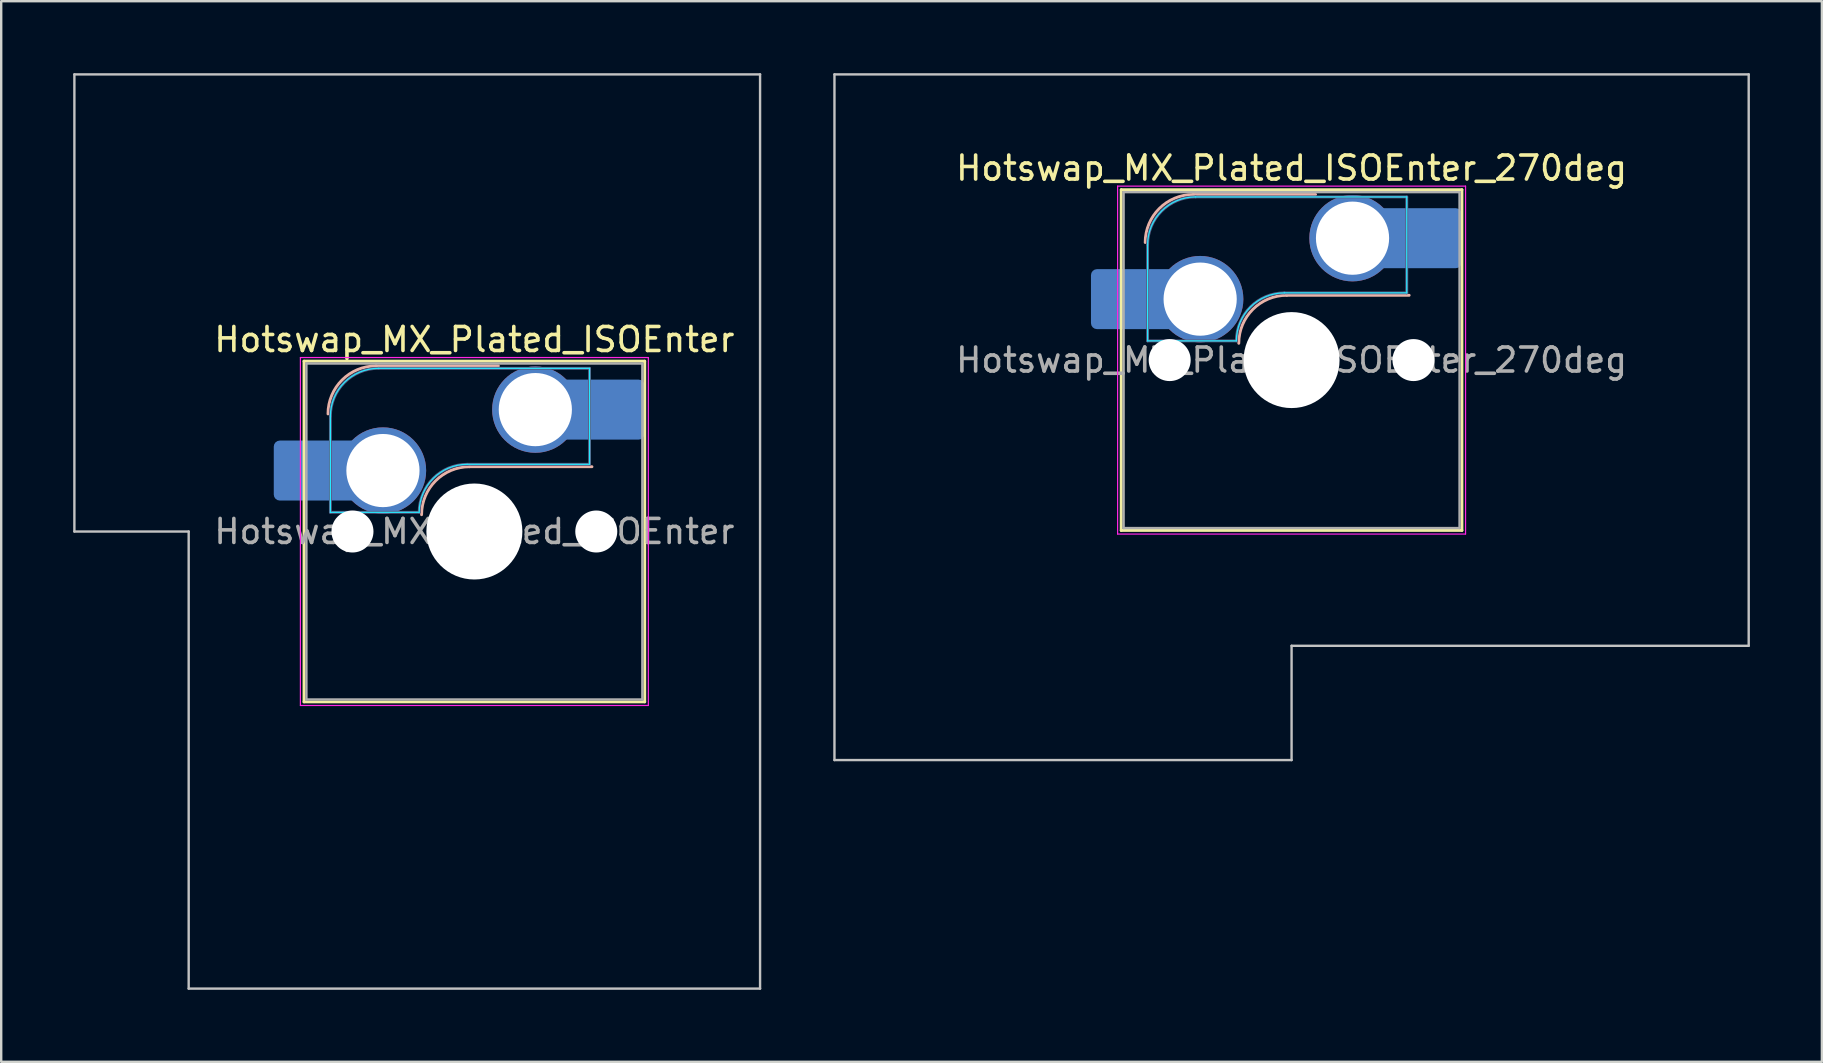
<source format=kicad_pcb>
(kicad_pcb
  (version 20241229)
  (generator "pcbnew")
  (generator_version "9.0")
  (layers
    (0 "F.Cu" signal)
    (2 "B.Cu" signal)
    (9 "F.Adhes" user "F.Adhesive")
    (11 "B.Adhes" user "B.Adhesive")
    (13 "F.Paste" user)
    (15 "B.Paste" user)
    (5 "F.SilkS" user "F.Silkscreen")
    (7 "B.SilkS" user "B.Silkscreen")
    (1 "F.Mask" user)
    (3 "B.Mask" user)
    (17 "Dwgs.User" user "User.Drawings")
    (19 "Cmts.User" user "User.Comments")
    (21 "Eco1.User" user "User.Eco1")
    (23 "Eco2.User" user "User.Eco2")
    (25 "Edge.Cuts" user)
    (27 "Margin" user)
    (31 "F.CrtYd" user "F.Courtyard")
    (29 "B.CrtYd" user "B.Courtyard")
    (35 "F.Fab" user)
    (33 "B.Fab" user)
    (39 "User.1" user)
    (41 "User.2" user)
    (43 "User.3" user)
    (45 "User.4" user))
  (footprint "Hotswap_MX_Plated_ISOEnter_270deg"
    (layer "F.Cu")
    (at 50.775 11.956)
    (property "Reference" "Hotswap_MX_Plated_ISOEnter_270deg" (at 0 -8 0) (layer "F.SilkS") (effects (font (size 1 1) (thickness 0.15))))
    (attr smd allow_soldermask_bridges)
    (fp_line (start -7.1 -7.1) (end -7.1 7.1) (stroke (width 0.12) (type solid)) (layer "F.SilkS"))
    (fp_line (start -7.1 7.1) (end 7.1 7.1) (stroke (width 0.12) (type solid)) (layer "F.SilkS"))
    (fp_line (start 7.1 -7.1) (end -7.1 -7.1) (stroke (width 0.12) (type solid)) (layer "F.SilkS"))
    (fp_line (start 7.1 7.1) (end 7.1 -7.1) (stroke (width 0.12) (type solid)) (layer "F.SilkS"))
    (fp_line (start -4.1 -6.9) (end 1 -6.9) (stroke (width 0.12) (type solid)) (layer "B.SilkS"))
    (fp_line (start -0.2 -2.7) (end 4.9 -2.7) (stroke (width 0.12) (type solid)) (layer "B.SilkS"))
    (fp_arc (start -6.1 -4.9) (mid -5.514214 -6.314214) (end -4.1 -6.9) (stroke (width 0.12) (type solid)) (layer "B.SilkS"))
    (fp_arc (start -2.2 -0.7) (mid -1.614214 -2.114214) (end -0.2 -2.7) (stroke (width 0.12) (type solid)) (layer "B.SilkS"))
    (fp_line (start -19.05 -11.906) (end -19.05 16.669) (stroke (width 0.1) (type solid)) (layer "Dwgs.User"))
    (fp_line (start -19.05 16.669) (end 0 16.669) (stroke (width 0.1) (type solid)) (layer "Dwgs.User"))
    (fp_line (start 0 11.906) (end 19.05 11.906) (stroke (width 0.1) (type solid)) (layer "Dwgs.User"))
    (fp_line (start 0 16.669) (end 0 11.906) (stroke (width 0.1) (type solid)) (layer "Dwgs.User"))
    (fp_line (start 19.05 -11.906) (end -19.05 -11.906) (stroke (width 0.1) (type solid)) (layer "Dwgs.User"))
    (fp_line (start 19.05 11.906) (end 19.05 -11.906) (stroke (width 0.1) (type solid)) (layer "Dwgs.User"))
    (fp_line (start -7.8 -6) (end -7 -6) (stroke (width 0.1) (type solid)) (layer "Eco1.User"))
    (fp_line (start -7.8 -2.9) (end -7.8 -6) (stroke (width 0.1) (type solid)) (layer "Eco1.User"))
    (fp_line (start -7.8 2.9) (end -7 2.9) (stroke (width 0.1) (type solid)) (layer "Eco1.User"))
    (fp_line (start -7.8 6) (end -7.8 2.9) (stroke (width 0.1) (type solid)) (layer "Eco1.User"))
    (fp_line (start -7 -7) (end 7 -7) (stroke (width 0.1) (type solid)) (layer "Eco1.User"))
    (fp_line (start -7 -6) (end -7 -7) (stroke (width 0.1) (type solid)) (layer "Eco1.User"))
    (fp_line (start -7 -2.9) (end -7.8 -2.9) (stroke (width 0.1) (type solid)) (layer "Eco1.User"))
    (fp_line (start -7 2.9) (end -7 -2.9) (stroke (width 0.1) (type solid)) (layer "Eco1.User"))
    (fp_line (start -7 6) (end -7.8 6) (stroke (width 0.1) (type solid)) (layer "Eco1.User"))
    (fp_line (start -7 7) (end -7 6) (stroke (width 0.1) (type solid)) (layer "Eco1.User"))
    (fp_line (start 7 -7) (end 7 -6) (stroke (width 0.1) (type solid)) (layer "Eco1.User"))
    (fp_line (start 7 -6) (end 7.8 -6) (stroke (width 0.1) (type solid)) (layer "Eco1.User"))
    (fp_line (start 7 -2.9) (end 7 2.9) (stroke (width 0.1) (type solid)) (layer "Eco1.User"))
    (fp_line (start 7 2.9) (end 7.8 2.9) (stroke (width 0.1) (type solid)) (layer "Eco1.User"))
    (fp_line (start 7 6) (end 7 7) (stroke (width 0.1) (type solid)) (layer "Eco1.User"))
    (fp_line (start 7 7) (end -7 7) (stroke (width 0.1) (type solid)) (layer "Eco1.User"))
    (fp_line (start 7.8 -6) (end 7.8 -2.9) (stroke (width 0.1) (type solid)) (layer "Eco1.User"))
    (fp_line (start 7.8 -2.9) (end 7 -2.9) (stroke (width 0.1) (type solid)) (layer "Eco1.User"))
    (fp_line (start 7.8 2.9) (end 7.8 6) (stroke (width 0.1) (type solid)) (layer "Eco1.User"))
    (fp_line (start 7.8 6) (end 7 6) (stroke (width 0.1) (type solid)) (layer "Eco1.User"))
    (fp_line (start -6 -0.8) (end -6 -4.8) (stroke (width 0.05) (type solid)) (layer "B.CrtYd"))
    (fp_line (start -6 -0.8) (end -2.3 -0.8) (stroke (width 0.05) (type solid)) (layer "B.CrtYd"))
    (fp_line (start -4 -6.8) (end 4.8 -6.8) (stroke (width 0.05) (type solid)) (layer "B.CrtYd"))
    (fp_line (start -0.3 -2.8) (end 4.8 -2.8) (stroke (width 0.05) (type solid)) (layer "B.CrtYd"))
    (fp_line (start 4.8 -6.8) (end 4.8 -2.8) (stroke (width 0.05) (type solid)) (layer "B.CrtYd"))
    (fp_arc (start -6 -4.8) (mid -5.414214 -6.214214) (end -4 -6.8) (stroke (width 0.05) (type solid)) (layer "B.CrtYd"))
    (fp_arc (start -2.3 -0.8) (mid -1.714214 -2.214214) (end -0.3 -2.8) (stroke (width 0.05) (type solid)) (layer "B.CrtYd"))
    (fp_line (start -7.25 -7.25) (end -7.25 7.25) (stroke (width 0.05) (type solid)) (layer "F.CrtYd"))
    (fp_line (start -7.25 7.25) (end 7.25 7.25) (stroke (width 0.05) (type solid)) (layer "F.CrtYd"))
    (fp_line (start 7.25 -7.25) (end -7.25 -7.25) (stroke (width 0.05) (type solid)) (layer "F.CrtYd"))
    (fp_line (start 7.25 7.25) (end 7.25 -7.25) (stroke (width 0.05) (type solid)) (layer "F.CrtYd"))
    (fp_line (start -6 -0.8) (end -6 -4.8) (stroke (width 0.12) (type solid)) (layer "B.Fab"))
    (fp_line (start -6 -0.8) (end -2.3 -0.8) (stroke (width 0.12) (type solid)) (layer "B.Fab"))
    (fp_line (start -4 -6.8) (end 4.8 -6.8) (stroke (width 0.12) (type solid)) (layer "B.Fab"))
    (fp_line (start -0.3 -2.8) (end 4.8 -2.8) (stroke (width 0.12) (type solid)) (layer "B.Fab"))
    (fp_line (start 4.8 -6.8) (end 4.8 -2.8) (stroke (width 0.12) (type solid)) (layer "B.Fab"))
    (fp_arc (start -6 -4.8) (mid -5.414214 -6.214214) (end -4 -6.8) (stroke (width 0.12) (type solid)) (layer "B.Fab"))
    (fp_arc (start -2.3 -0.8) (mid -1.714214 -2.214214) (end -0.3 -2.8) (stroke (width 0.12) (type solid)) (layer "B.Fab"))
    (fp_line (start -7 -7) (end -7 7) (stroke (width 0.1) (type solid)) (layer "F.Fab"))
    (fp_line (start -7 7) (end 7 7) (stroke (width 0.1) (type solid)) (layer "F.Fab"))
    (fp_line (start 7 -7) (end -7 -7) (stroke (width 0.1) (type solid)) (layer "F.Fab"))
    (fp_line (start 7 7) (end 7 -7) (stroke (width 0.1) (type solid)) (layer "F.Fab"))
    (fp_text user "${REFERENCE}" (at 0 0 0) (layer "F.Fab") (effects (font (size 1 1) (thickness 0.15))))
    (pad "" smd roundrect (at -7.085 -2.54) (size 2.55 2.5) (layers "B.Mask" "B.Paste") (roundrect_rratio 0.1))
    (pad "" np_thru_hole circle (at -5.08 0) (size 1.75 1.75) (drill 1.75) (layers "*.Cu" "*.Mask"))
    (pad "" np_thru_hole circle (at 0 0) (size 4 4) (drill 4) (layers "*.Cu" "*.Mask"))
    (pad "" np_thru_hole circle (at 5.08 0) (size 1.75 1.75) (drill 1.75) (layers "*.Cu" "*.Mask"))
    (pad "" smd roundrect (at 5.842 -5.08) (size 2.55 2.5) (layers "B.Mask" "B.Paste") (roundrect_rratio 0.1))
    (pad "1" smd roundrect (at -6.585 -2.54) (size 3.55 2.5) (layers "B.Cu") (roundrect_rratio 0.1))
    (pad "1" thru_hole circle (at -3.81 -2.54) (size 3.6 3.6) (drill 3.05) (layers "*.Cu" "*.Mask"))
    (pad "2" thru_hole circle (at 2.54 -5.08) (size 3.6 3.6) (drill 3.05) (layers "*.Cu" "*.Mask"))
    (pad "2" smd roundrect (at 5.32 -5.08) (size 3.55 2.5) (layers "B.Cu") (roundrect_rratio 0.1)))
  (footprint "Hotswap_MX_Plated_ISOEnter"
    (layer "F.Cu")
    (at 16.719 19.1)
    (property "Reference" "Hotswap_MX_Plated_ISOEnter" (at 0 -8 0) (layer "F.SilkS") (effects (font (size 1 1) (thickness 0.15))))
    (attr smd allow_soldermask_bridges)
    (fp_line (start -7.1 -7.1) (end -7.1 7.1) (stroke (width 0.12) (type solid)) (layer "F.SilkS"))
    (fp_line (start -7.1 7.1) (end 7.1 7.1) (stroke (width 0.12) (type solid)) (layer "F.SilkS"))
    (fp_line (start 7.1 -7.1) (end -7.1 -7.1) (stroke (width 0.12) (type solid)) (layer "F.SilkS"))
    (fp_line (start 7.1 7.1) (end 7.1 -7.1) (stroke (width 0.12) (type solid)) (layer "F.SilkS"))
    (fp_line (start -4.1 -6.9) (end 1 -6.9) (stroke (width 0.12) (type solid)) (layer "B.SilkS"))
    (fp_line (start -0.2 -2.7) (end 4.9 -2.7) (stroke (width 0.12) (type solid)) (layer "B.SilkS"))
    (fp_arc (start -6.1 -4.9) (mid -5.514214 -6.314214) (end -4.1 -6.9) (stroke (width 0.12) (type solid)) (layer "B.SilkS"))
    (fp_arc (start -2.2 -0.7) (mid -1.614214 -2.114214) (end -0.2 -2.7) (stroke (width 0.12) (type solid)) (layer "B.SilkS"))
    (fp_line (start -16.669 -19.05) (end -16.669 0) (stroke (width 0.1) (type solid)) (layer "Dwgs.User"))
    (fp_line (start -16.669 0) (end -11.906 0) (stroke (width 0.1) (type solid)) (layer "Dwgs.User"))
    (fp_line (start -11.906 0) (end -11.906 19.05) (stroke (width 0.1) (type solid)) (layer "Dwgs.User"))
    (fp_line (start -11.906 19.05) (end 11.906 19.05) (stroke (width 0.1) (type solid)) (layer "Dwgs.User"))
    (fp_line (start 11.906 -19.05) (end -16.669 -19.05) (stroke (width 0.1) (type solid)) (layer "Dwgs.User"))
    (fp_line (start 11.906 19.05) (end 11.906 -19.05) (stroke (width 0.1) (type solid)) (layer "Dwgs.User"))
    (fp_line (start -7.8 -6) (end -7 -6) (stroke (width 0.1) (type solid)) (layer "Eco1.User"))
    (fp_line (start -7.8 -2.9) (end -7.8 -6) (stroke (width 0.1) (type solid)) (layer "Eco1.User"))
    (fp_line (start -7.8 2.9) (end -7 2.9) (stroke (width 0.1) (type solid)) (layer "Eco1.User"))
    (fp_line (start -7.8 6) (end -7.8 2.9) (stroke (width 0.1) (type solid)) (layer "Eco1.User"))
    (fp_line (start -7 -7) (end 7 -7) (stroke (width 0.1) (type solid)) (layer "Eco1.User"))
    (fp_line (start -7 -6) (end -7 -7) (stroke (width 0.1) (type solid)) (layer "Eco1.User"))
    (fp_line (start -7 -2.9) (end -7.8 -2.9) (stroke (width 0.1) (type solid)) (layer "Eco1.User"))
    (fp_line (start -7 2.9) (end -7 -2.9) (stroke (width 0.1) (type solid)) (layer "Eco1.User"))
    (fp_line (start -7 6) (end -7.8 6) (stroke (width 0.1) (type solid)) (layer "Eco1.User"))
    (fp_line (start -7 7) (end -7 6) (stroke (width 0.1) (type solid)) (layer "Eco1.User"))
    (fp_line (start 7 -7) (end 7 -6) (stroke (width 0.1) (type solid)) (layer "Eco1.User"))
    (fp_line (start 7 -6) (end 7.8 -6) (stroke (width 0.1) (type solid)) (layer "Eco1.User"))
    (fp_line (start 7 -2.9) (end 7 2.9) (stroke (width 0.1) (type solid)) (layer "Eco1.User"))
    (fp_line (start 7 2.9) (end 7.8 2.9) (stroke (width 0.1) (type solid)) (layer "Eco1.User"))
    (fp_line (start 7 6) (end 7 7) (stroke (width 0.1) (type solid)) (layer "Eco1.User"))
    (fp_line (start 7 7) (end -7 7) (stroke (width 0.1) (type solid)) (layer "Eco1.User"))
    (fp_line (start 7.8 -6) (end 7.8 -2.9) (stroke (width 0.1) (type solid)) (layer "Eco1.User"))
    (fp_line (start 7.8 -2.9) (end 7 -2.9) (stroke (width 0.1) (type solid)) (layer "Eco1.User"))
    (fp_line (start 7.8 2.9) (end 7.8 6) (stroke (width 0.1) (type solid)) (layer "Eco1.User"))
    (fp_line (start 7.8 6) (end 7 6) (stroke (width 0.1) (type solid)) (layer "Eco1.User"))
    (fp_line (start -6 -0.8) (end -6 -4.8) (stroke (width 0.05) (type solid)) (layer "B.CrtYd"))
    (fp_line (start -6 -0.8) (end -2.3 -0.8) (stroke (width 0.05) (type solid)) (layer "B.CrtYd"))
    (fp_line (start -4 -6.8) (end 4.8 -6.8) (stroke (width 0.05) (type solid)) (layer "B.CrtYd"))
    (fp_line (start -0.3 -2.8) (end 4.8 -2.8) (stroke (width 0.05) (type solid)) (layer "B.CrtYd"))
    (fp_line (start 4.8 -6.8) (end 4.8 -2.8) (stroke (width 0.05) (type solid)) (layer "B.CrtYd"))
    (fp_arc (start -6 -4.8) (mid -5.414214 -6.214214) (end -4 -6.8) (stroke (width 0.05) (type solid)) (layer "B.CrtYd"))
    (fp_arc (start -2.3 -0.8) (mid -1.714214 -2.214214) (end -0.3 -2.8) (stroke (width 0.05) (type solid)) (layer "B.CrtYd"))
    (fp_line (start -7.25 -7.25) (end -7.25 7.25) (stroke (width 0.05) (type solid)) (layer "F.CrtYd"))
    (fp_line (start -7.25 7.25) (end 7.25 7.25) (stroke (width 0.05) (type solid)) (layer "F.CrtYd"))
    (fp_line (start 7.25 -7.25) (end -7.25 -7.25) (stroke (width 0.05) (type solid)) (layer "F.CrtYd"))
    (fp_line (start 7.25 7.25) (end 7.25 -7.25) (stroke (width 0.05) (type solid)) (layer "F.CrtYd"))
    (fp_line (start -6 -0.8) (end -6 -4.8) (stroke (width 0.12) (type solid)) (layer "B.Fab"))
    (fp_line (start -6 -0.8) (end -2.3 -0.8) (stroke (width 0.12) (type solid)) (layer "B.Fab"))
    (fp_line (start -4 -6.8) (end 4.8 -6.8) (stroke (width 0.12) (type solid)) (layer "B.Fab"))
    (fp_line (start -0.3 -2.8) (end 4.8 -2.8) (stroke (width 0.12) (type solid)) (layer "B.Fab"))
    (fp_line (start 4.8 -6.8) (end 4.8 -2.8) (stroke (width 0.12) (type solid)) (layer "B.Fab"))
    (fp_arc (start -6 -4.8) (mid -5.414214 -6.214214) (end -4 -6.8) (stroke (width 0.12) (type solid)) (layer "B.Fab"))
    (fp_arc (start -2.3 -0.8) (mid -1.714214 -2.214214) (end -0.3 -2.8) (stroke (width 0.12) (type solid)) (layer "B.Fab"))
    (fp_line (start -7 -7) (end -7 7) (stroke (width 0.1) (type solid)) (layer "F.Fab"))
    (fp_line (start -7 7) (end 7 7) (stroke (width 0.1) (type solid)) (layer "F.Fab"))
    (fp_line (start 7 -7) (end -7 -7) (stroke (width 0.1) (type solid)) (layer "F.Fab"))
    (fp_line (start 7 7) (end 7 -7) (stroke (width 0.1) (type solid)) (layer "F.Fab"))
    (fp_text user "${REFERENCE}" (at 0 0 0) (layer "F.Fab") (effects (font (size 1 1) (thickness 0.15))))
    (pad "" smd roundrect (at -7.085 -2.54) (size 2.55 2.5) (layers "B.Mask" "B.Paste") (roundrect_rratio 0.1))
    (pad "" np_thru_hole circle (at -5.08 0) (size 1.75 1.75) (drill 1.75) (layers "*.Cu" "*.Mask"))
    (pad "" np_thru_hole circle (at 0 0) (size 4 4) (drill 4) (layers "*.Cu" "*.Mask"))
    (pad "" np_thru_hole circle (at 5.08 0) (size 1.75 1.75) (drill 1.75) (layers "*.Cu" "*.Mask"))
    (pad "" smd roundrect (at 5.842 -5.08) (size 2.55 2.5) (layers "B.Mask" "B.Paste") (roundrect_rratio 0.1))
    (pad "1" smd roundrect (at -6.585 -2.54) (size 3.55 2.5) (layers "B.Cu") (roundrect_rratio 0.1))
    (pad "1" thru_hole circle (at -3.81 -2.54) (size 3.6 3.6) (drill 3.05) (layers "*.Cu" "*.Mask"))
    (pad "2" thru_hole circle (at 2.54 -5.08) (size 3.6 3.6) (drill 3.05) (layers "*.Cu" "*.Mask"))
    (pad "2" smd roundrect (at 5.32 -5.08) (size 3.55 2.5) (layers "B.Cu") (roundrect_rratio 0.1)))
  (gr_rect
    (start -3 -3)
    (end 72.875 41.2)
    (stroke (width 0.1) (type default))
    (fill no)
    (layer "Edge.Cuts")))
</source>
